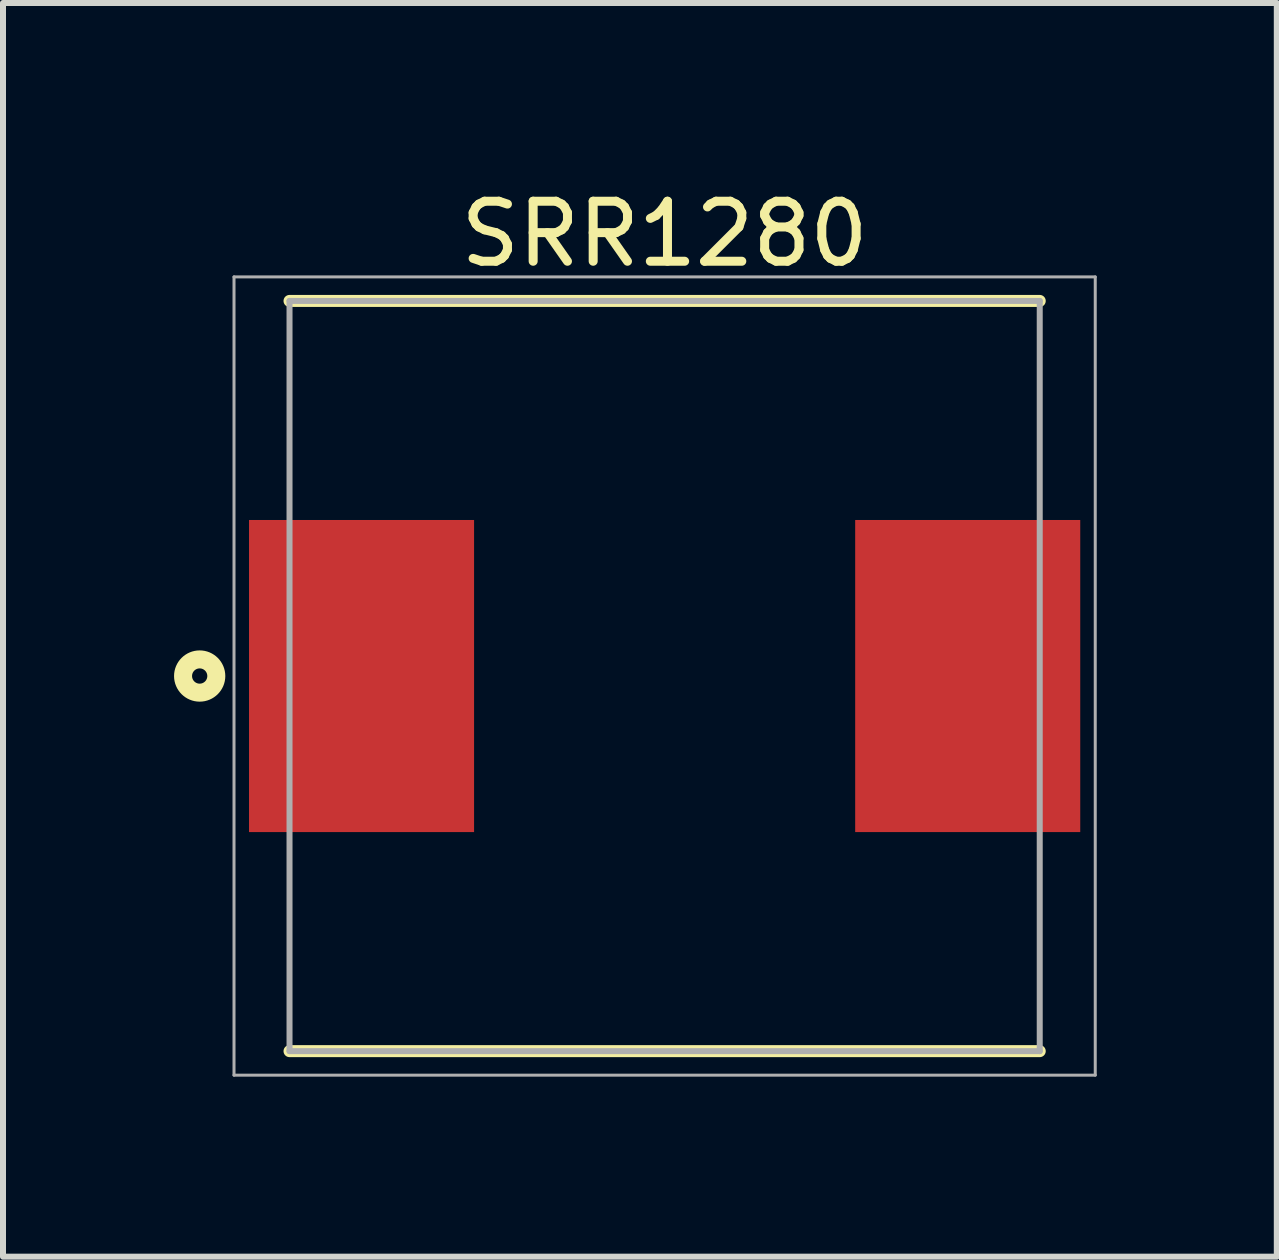
<source format=kicad_pcb>
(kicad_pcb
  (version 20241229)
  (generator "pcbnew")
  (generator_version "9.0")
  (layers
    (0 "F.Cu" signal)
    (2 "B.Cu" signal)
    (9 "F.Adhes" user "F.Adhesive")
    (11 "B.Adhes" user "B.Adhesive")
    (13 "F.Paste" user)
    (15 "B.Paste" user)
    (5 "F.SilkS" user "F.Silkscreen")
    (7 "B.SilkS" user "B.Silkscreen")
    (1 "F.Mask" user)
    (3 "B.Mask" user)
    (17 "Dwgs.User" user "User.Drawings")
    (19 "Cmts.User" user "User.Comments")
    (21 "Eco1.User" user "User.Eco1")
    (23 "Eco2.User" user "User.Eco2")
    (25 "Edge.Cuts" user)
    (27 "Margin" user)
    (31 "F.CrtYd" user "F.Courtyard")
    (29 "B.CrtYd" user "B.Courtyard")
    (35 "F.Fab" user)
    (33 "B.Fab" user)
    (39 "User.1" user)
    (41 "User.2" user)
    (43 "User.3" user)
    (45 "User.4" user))
  (footprint "SRR1280"
    (layer "F.Cu")
    (at 8.024 8.214)
    (property "Reference" "SRR1280" (at 0 -7.366 0) (layer "F.SilkS") (effects (font (size 1 1) (thickness 0.15))))
    (attr smd)
    (fp_line (start -6.25 6.25) (end 6.25 6.25) (stroke (width 0.2) (type solid)) (layer "F.SilkS"))
    (fp_line (start 6.25 -6.25) (end -6.25 -6.25) (stroke (width 0.2) (type solid)) (layer "F.SilkS"))
    (fp_circle (center -7.747 0) (end -7.62 0) (stroke (width 0.3) (type default)) (fill no) (layer "F.SilkS"))
    (fp_line (start -7.175 -6.65) (end 7.175 -6.65) (stroke (width 0.05) (type solid)) (layer "F.Fab"))
    (fp_line (start -7.175 6.65) (end -7.175 -6.65) (stroke (width 0.05) (type solid)) (layer "F.Fab"))
    (fp_line (start -6.25 -6.25) (end 6.25 -6.25) (stroke (width 0.1) (type solid)) (layer "F.Fab"))
    (fp_line (start -6.25 6.25) (end -6.25 -6.25) (stroke (width 0.1) (type solid)) (layer "F.Fab"))
    (fp_line (start 6.25 -6.25) (end 6.25 6.25) (stroke (width 0.1) (type solid)) (layer "F.Fab"))
    (fp_line (start 6.25 6.25) (end -6.25 6.25) (stroke (width 0.1) (type solid)) (layer "F.Fab"))
    (fp_line (start 7.175 -6.65) (end 7.175 6.65) (stroke (width 0.05) (type solid)) (layer "F.Fab"))
    (fp_line (start 7.175 6.65) (end -7.175 6.65) (stroke (width 0.05) (type solid)) (layer "F.Fab"))
    (pad "1" smd rect (at -5.05 0) (size 3.75 5.2) (layers "F.Cu" "F.Mask" "F.Paste"))
    (pad "2" smd rect (at 5.05 0) (size 3.75 5.2) (layers "F.Cu" "F.Mask" "F.Paste"))
    (zone (net_name "") (layer "F.Cu") (hatch edge 0.5) (connect_pads) (min_thickness 0.25) (filled_areas_thickness no) (keepout (tracks not_allowed) (vias not_allowed) (pads allowed) (copperpour not_allowed) (footprints allowed)) (placement (enabled no)) (fill) (polygon (pts (xy 1.774 1.964) (xy 14.247 1.964) (xy 14.247 5.42) (xy 1.774 5.42))))
    (zone (net_name "") (layer "F.Cu") (hatch edge 0.5) (connect_pads) (min_thickness 0.25) (filled_areas_thickness no) (keepout (tracks not_allowed) (vias not_allowed) (pads allowed) (copperpour not_allowed) (footprints allowed)) (placement (enabled no)) (fill) (polygon (pts (xy 1.801 11.008) (xy 14.274 11.008) (xy 14.274 14.464) (xy 1.801 14.464))))
    (zone (net_name "") (layer "F.Cu") (hatch edge 0.5) (connect_pads) (min_thickness 0.25) (filled_areas_thickness no) (keepout (tracks not_allowed) (vias not_allowed) (pads allowed) (copperpour not_allowed) (footprints allowed)) (placement (enabled no)) (fill) (polygon (pts (xy 4.976 5.547) (xy 11.072 5.547) (xy 11.072 10.881) (xy 4.976 10.881)))))
  (gr_rect
    (start -3 -3)
    (end 18.224 17.889)
    (stroke (width 0.1) (type default))
    (fill no)
    (layer "Edge.Cuts")))
</source>
